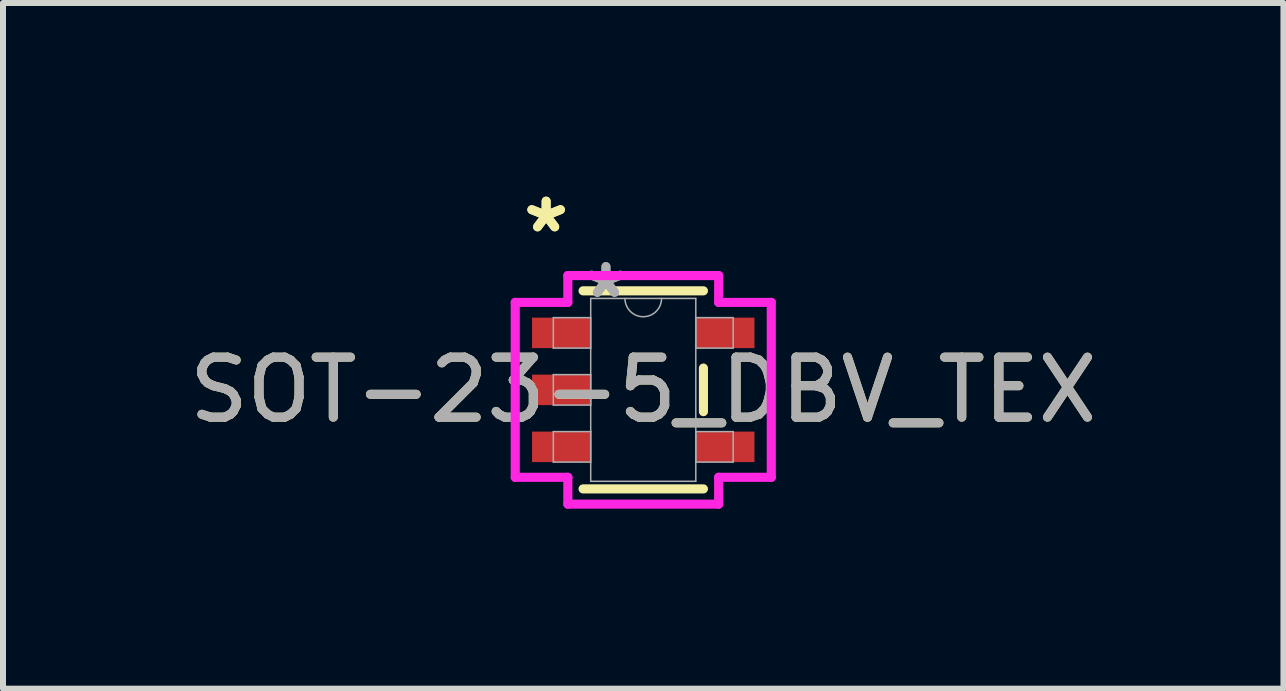
<source format=kicad_pcb>
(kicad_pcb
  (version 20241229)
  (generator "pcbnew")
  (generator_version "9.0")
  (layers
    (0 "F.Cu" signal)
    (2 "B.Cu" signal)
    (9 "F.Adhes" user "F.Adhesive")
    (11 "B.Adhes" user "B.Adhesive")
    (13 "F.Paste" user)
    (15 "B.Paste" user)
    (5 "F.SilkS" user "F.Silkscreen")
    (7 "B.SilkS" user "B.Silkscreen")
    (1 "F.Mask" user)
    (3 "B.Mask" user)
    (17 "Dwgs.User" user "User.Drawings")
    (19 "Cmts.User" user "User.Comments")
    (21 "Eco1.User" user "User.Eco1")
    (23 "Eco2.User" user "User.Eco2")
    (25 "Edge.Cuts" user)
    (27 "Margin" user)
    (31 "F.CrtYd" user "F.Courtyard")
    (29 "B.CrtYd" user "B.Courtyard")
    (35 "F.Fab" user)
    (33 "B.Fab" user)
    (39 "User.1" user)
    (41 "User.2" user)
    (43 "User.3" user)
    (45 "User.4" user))
  (footprint "SOT-23-5_DBV_TEX"
    (layer "F.Cu")
    (at 7.673 3.449)
    (property "Reference" "SOT-23-5_DBV_TEX" (at 0 0 0) (unlocked yes) (layer "F.SilkS") (effects (font (size 1 1) (thickness 0.15))))
    (attr smd)
    (fp_line (start -1.003 1.651) (end 1.003 1.651) (stroke (width 0.152) (type solid)) (layer "F.SilkS"))
    (fp_line (start 1.003 -1.651) (end -1.003 -1.651) (stroke (width 0.152) (type solid)) (layer "F.SilkS"))
    (fp_line (start 1.003 0.363) (end 1.003 -0.363) (stroke (width 0.152) (type solid)) (layer "F.SilkS"))
    (fp_line (start -2.134 -1.458) (end -1.257 -1.458) (stroke (width 0.152) (type solid)) (layer "F.CrtYd"))
    (fp_line (start -2.134 1.458) (end -2.134 -1.458) (stroke (width 0.152) (type solid)) (layer "F.CrtYd"))
    (fp_line (start -1.257 -1.905) (end 1.257 -1.905) (stroke (width 0.152) (type solid)) (layer "F.CrtYd"))
    (fp_line (start -1.257 -1.458) (end -1.257 -1.905) (stroke (width 0.152) (type solid)) (layer "F.CrtYd"))
    (fp_line (start -1.257 1.458) (end -2.134 1.458) (stroke (width 0.152) (type solid)) (layer "F.CrtYd"))
    (fp_line (start -1.257 1.905) (end -1.257 1.458) (stroke (width 0.152) (type solid)) (layer "F.CrtYd"))
    (fp_line (start 1.257 -1.905) (end 1.257 -1.458) (stroke (width 0.152) (type solid)) (layer "F.CrtYd"))
    (fp_line (start 1.257 -1.458) (end 2.134 -1.458) (stroke (width 0.152) (type solid)) (layer "F.CrtYd"))
    (fp_line (start 1.257 1.458) (end 1.257 1.905) (stroke (width 0.152) (type solid)) (layer "F.CrtYd"))
    (fp_line (start 1.257 1.905) (end -1.257 1.905) (stroke (width 0.152) (type solid)) (layer "F.CrtYd"))
    (fp_line (start 2.134 -1.458) (end 2.134 1.458) (stroke (width 0.152) (type solid)) (layer "F.CrtYd"))
    (fp_line (start 2.134 1.458) (end 1.257 1.458) (stroke (width 0.152) (type solid)) (layer "F.CrtYd"))
    (fp_line (start -1.499 -1.204) (end -1.499 -0.696) (stroke (width 0.025) (type solid)) (layer "F.Fab"))
    (fp_line (start -1.499 -0.696) (end -0.876 -0.696) (stroke (width 0.025) (type solid)) (layer "F.Fab"))
    (fp_line (start -1.499 -0.254) (end -1.499 0.254) (stroke (width 0.025) (type solid)) (layer "F.Fab"))
    (fp_line (start -1.499 0.254) (end -0.876 0.254) (stroke (width 0.025) (type solid)) (layer "F.Fab"))
    (fp_line (start -1.499 0.696) (end -1.499 1.204) (stroke (width 0.025) (type solid)) (layer "F.Fab"))
    (fp_line (start -1.499 1.204) (end -0.876 1.204) (stroke (width 0.025) (type solid)) (layer "F.Fab"))
    (fp_line (start -0.876 -1.524) (end -0.876 1.524) (stroke (width 0.025) (type solid)) (layer "F.Fab"))
    (fp_line (start -0.876 -1.204) (end -1.499 -1.204) (stroke (width 0.025) (type solid)) (layer "F.Fab"))
    (fp_line (start -0.876 -0.696) (end -0.876 -1.204) (stroke (width 0.025) (type solid)) (layer "F.Fab"))
    (fp_line (start -0.876 -0.254) (end -1.499 -0.254) (stroke (width 0.025) (type solid)) (layer "F.Fab"))
    (fp_line (start -0.876 0.254) (end -0.876 -0.254) (stroke (width 0.025) (type solid)) (layer "F.Fab"))
    (fp_line (start -0.876 0.696) (end -1.499 0.696) (stroke (width 0.025) (type solid)) (layer "F.Fab"))
    (fp_line (start -0.876 1.204) (end -0.876 0.696) (stroke (width 0.025) (type solid)) (layer "F.Fab"))
    (fp_line (start -0.876 1.524) (end 0.876 1.524) (stroke (width 0.025) (type solid)) (layer "F.Fab"))
    (fp_line (start 0.876 -1.524) (end -0.876 -1.524) (stroke (width 0.025) (type solid)) (layer "F.Fab"))
    (fp_line (start 0.876 -1.204) (end 0.876 -0.696) (stroke (width 0.025) (type solid)) (layer "F.Fab"))
    (fp_line (start 0.876 -0.696) (end 1.499 -0.696) (stroke (width 0.025) (type solid)) (layer "F.Fab"))
    (fp_line (start 0.876 0.696) (end 0.876 1.204) (stroke (width 0.025) (type solid)) (layer "F.Fab"))
    (fp_line (start 0.876 1.204) (end 1.499 1.204) (stroke (width 0.025) (type solid)) (layer "F.Fab"))
    (fp_line (start 0.876 1.524) (end 0.876 -1.524) (stroke (width 0.025) (type solid)) (layer "F.Fab"))
    (fp_line (start 1.499 -1.204) (end 0.876 -1.204) (stroke (width 0.025) (type solid)) (layer "F.Fab"))
    (fp_line (start 1.499 -0.696) (end 1.499 -1.204) (stroke (width 0.025) (type solid)) (layer "F.Fab"))
    (fp_line (start 1.499 0.696) (end 0.876 0.696) (stroke (width 0.025) (type solid)) (layer "F.Fab"))
    (fp_line (start 1.499 1.204) (end 1.499 0.696) (stroke (width 0.025) (type solid)) (layer "F.Fab"))
    (fp_arc (start 0.3048 -1.524) (mid 0 -1.2192) (end -0.3048 -1.524) (stroke (width 0.0254) (type solid)) (layer "F.Fab"))
    (fp_text user "*" (at -1.619 -2.601 0) (unlocked yes) (layer "F.SilkS") (effects (font (size 1 1) (thickness 0.15))))
    (fp_text user "*" (at -1.619 -2.601 0) (layer "F.SilkS") (effects (font (size 1 1) (thickness 0.15))))
    (fp_text user "*" (at -0.622 -1.509 0) (layer "F.Fab") (effects (font (size 1 1) (thickness 0.15))))
    (fp_text user "${REFERENCE}" (at 0 0 0) (unlocked yes) (layer "F.Fab") (effects (font (size 1 1) (thickness 0.15))))
    (fp_text user "*" (at -0.622 -1.509 0) (unlocked yes) (layer "F.Fab") (effects (font (size 1 1) (thickness 0.15))))
    (pad "1" smd rect (at -1.365 -0.95) (size 0.978 0.508) (layers "F.Cu" "F.Mask" "F.Paste"))
    (pad "2" smd rect (at -1.365 0) (size 0.978 0.508) (layers "F.Cu" "F.Mask" "F.Paste"))
    (pad "3" smd rect (at -1.365 0.95) (size 0.978 0.508) (layers "F.Cu" "F.Mask" "F.Paste"))
    (pad "4" smd rect (at 1.365 0.95) (size 0.978 0.508) (layers "F.Cu" "F.Mask" "F.Paste"))
    (pad "5" smd rect (at 1.365 -0.95) (size 0.978 0.508) (layers "F.Cu" "F.Mask" "F.Paste")))
  (gr_rect
    (start -3 -3)
    (end 18.345 8.43)
    (stroke (width 0.1) (type default))
    (fill no)
    (layer "Edge.Cuts")))
</source>
